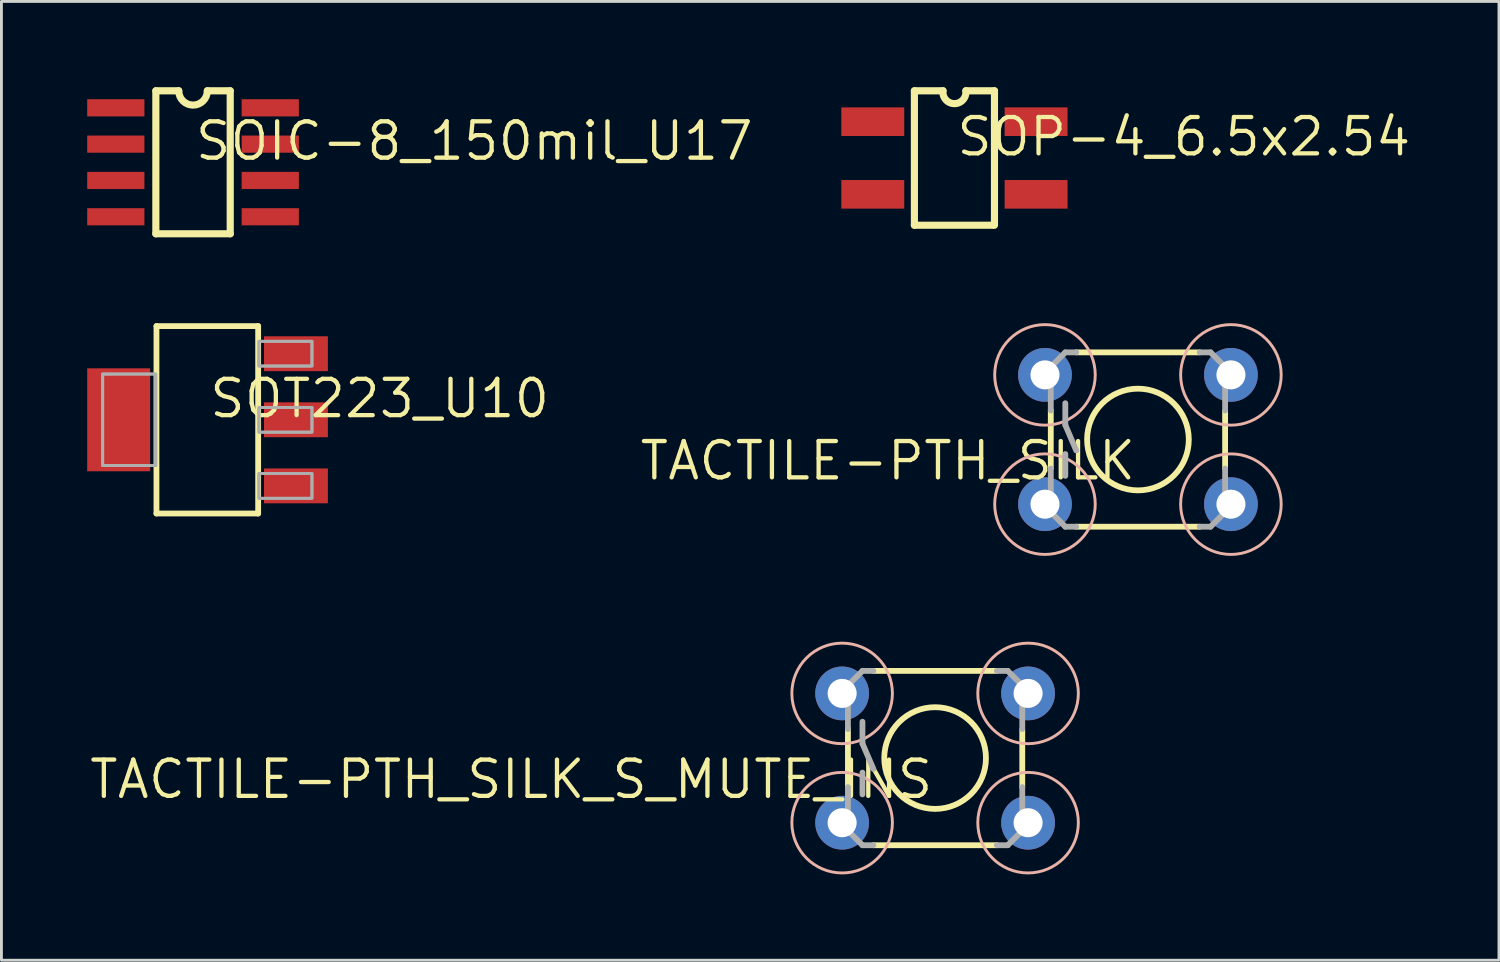
<source format=kicad_pcb>
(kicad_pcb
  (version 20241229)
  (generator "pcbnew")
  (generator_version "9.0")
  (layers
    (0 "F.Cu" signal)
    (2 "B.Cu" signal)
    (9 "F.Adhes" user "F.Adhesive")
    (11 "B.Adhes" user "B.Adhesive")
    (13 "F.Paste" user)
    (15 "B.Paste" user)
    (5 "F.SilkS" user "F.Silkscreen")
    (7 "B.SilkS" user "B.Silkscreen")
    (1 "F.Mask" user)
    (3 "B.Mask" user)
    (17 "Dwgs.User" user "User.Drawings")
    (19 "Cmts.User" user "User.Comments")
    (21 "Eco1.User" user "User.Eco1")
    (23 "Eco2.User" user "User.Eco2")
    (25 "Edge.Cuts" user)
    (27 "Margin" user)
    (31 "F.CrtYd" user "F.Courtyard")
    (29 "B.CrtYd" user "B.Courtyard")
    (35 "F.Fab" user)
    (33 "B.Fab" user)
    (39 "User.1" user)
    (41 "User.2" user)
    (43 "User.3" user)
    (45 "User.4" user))
  (footprint "SOP-4_6.5x2.54"
    (layer "F.Cu")
    (at 30.324 2.475)
    (property "Reference" "SOP-4_6.5x2.54" (at 0 0 0) (layer "F.SilkS") (effects (font (size 1.27 1.27) (thickness 0.15)) (justify left bottom)))
    (fp_line (start -1.4 -2.35) (end -1.4 2.35) (stroke (width 0.25) (type solid)) (layer "F.SilkS"))
    (fp_line (start -1.4 -2.35) (end -0.4 -2.35) (stroke (width 0.25) (type solid)) (layer "F.SilkS"))
    (fp_line (start -1.4 2.35) (end 1.35 2.35) (stroke (width 0.25) (type solid)) (layer "F.SilkS"))
    (fp_line (start 1.4 -2.35) (end 0.4 -2.35) (stroke (width 0.25) (type solid)) (layer "F.SilkS"))
    (fp_line (start 1.4 2.35) (end 1.4 -2.35) (stroke (width 0.25) (type solid)) (layer "F.SilkS"))
    (fp_arc (start 0.4 -2.35) (mid 0 -1.900467) (end -0.4 -2.35) (stroke (width 0.25) (type solid)) (layer "F.SilkS"))
    (pad "1" smd rect (at -2.855 -1.27 90) (size 1 2.2) (layers "F.Cu" "F.Mask" "F.Paste"))
    (pad "2" smd rect (at -2.855 1.27 90) (size 1 2.2) (layers "F.Cu" "F.Mask" "F.Paste"))
    (pad "3" smd rect (at 2.855 1.27 90) (size 1 2.2) (layers "F.Cu" "F.Mask" "F.Paste"))
    (pad "4" smd rect (at 2.855 -1.27 90) (size 1 2.2) (layers "F.Cu" "F.Mask" "F.Paste")))
  (footprint "SOT223_U10"
    (layer "F.Cu")
    (at 4.199 11.629)
    (property "Reference" "SOT223_U10" (at 0 0 0) (layer "F.SilkS") (effects (font (size 1.27 1.27) (thickness 0.15)) (justify left bottom)))
    (fp_line (start -1.778 -3.277) (end 1.778 -3.277) (stroke (width 0.203) (type solid)) (layer "F.SilkS"))
    (fp_line (start -1.778 3.277) (end -1.778 -3.277) (stroke (width 0.203) (type solid)) (layer "F.SilkS"))
    (fp_line (start 1.778 -3.277) (end 1.778 3.277) (stroke (width 0.203) (type solid)) (layer "F.SilkS"))
    (fp_line (start 1.778 3.277) (end -1.778 3.277) (stroke (width 0.203) (type solid)) (layer "F.SilkS"))
    (fp_poly (pts (xy -1.802 1.601) (xy -3.659 1.601) (xy -3.659 -1.601) (xy -1.802 -1.601)) (stroke (width 0.1) (type default)) (fill no) (layer "F.Fab"))
    (fp_poly (pts (xy -1.802 1.601) (xy -3.659 1.601) (xy -3.659 -1.601) (xy -1.802 -1.601)) (stroke (width 0.1) (type default)) (fill no) (layer "F.Fab"))
    (fp_poly (pts (xy 3.659 -1.879) (xy 1.803 -1.879) (xy 1.803 -2.745) (xy 3.659 -2.745)) (stroke (width 0.1) (type default)) (fill no) (layer "F.Fab"))
    (fp_poly (pts (xy 3.659 -1.879) (xy 1.803 -1.879) (xy 1.803 -2.745) (xy 3.659 -2.745)) (stroke (width 0.1) (type default)) (fill no) (layer "F.Fab"))
    (fp_poly (pts (xy 3.659 0.433) (xy 1.803 0.433) (xy 1.803 -0.433) (xy 3.659 -0.433)) (stroke (width 0.1) (type default)) (fill no) (layer "F.Fab"))
    (fp_poly (pts (xy 3.659 0.433) (xy 1.803 0.433) (xy 1.803 -0.433) (xy 3.659 -0.433)) (stroke (width 0.1) (type default)) (fill no) (layer "F.Fab"))
    (fp_poly (pts (xy 3.659 2.745) (xy 1.803 2.745) (xy 1.803 1.879) (xy 3.659 1.879)) (stroke (width 0.1) (type default)) (fill no) (layer "F.Fab"))
    (fp_poly (pts (xy 3.659 2.745) (xy 1.803 2.745) (xy 1.803 1.879) (xy 3.659 1.879)) (stroke (width 0.1) (type default)) (fill no) (layer "F.Fab"))
    (pad "1" smd rect (at 3.099 2.311 90) (size 1.219 2.235) (layers "F.Cu" "F.Mask" "F.Paste"))
    (pad "2" smd rect (at 3.099 0 90) (size 1.219 2.235) (layers "F.Cu" "F.Mask" "F.Paste"))
    (pad "3" smd rect (at 3.099 -2.311 90) (size 1.219 2.235) (layers "F.Cu" "F.Mask" "F.Paste"))
    (pad "TAB" smd rect (at -3.099 0 90) (size 3.6 2.2) (layers "F.Cu" "F.Mask" "F.Paste")))
  (footprint "TACTILE-PTH_SILK"
    (layer "F.Cu")
    (at 36.741 12.319)
    (property "Reference" "TACTILE-PTH_SILK" (at 0 0 0) (layer "F.SilkS") (effects (font (size 1.27 1.27) (thickness 0.15)) (justify right top)))
    (fp_line (start -3.048 -1.028) (end -3.048 1.016) (stroke (width 0.203) (type solid)) (layer "F.SilkS"))
    (fp_line (start -2.159 3.048) (end 2.159 3.048) (stroke (width 0.203) (type solid)) (layer "F.SilkS"))
    (fp_line (start 2.159 -3.048) (end -2.159 -3.048) (stroke (width 0.203) (type solid)) (layer "F.SilkS"))
    (fp_line (start 3.048 -0.998) (end 3.048 1.016) (stroke (width 0.203) (type solid)) (layer "F.SilkS"))
    (fp_circle (center 0 0) (end 1.778 0) (stroke (width 0.203) (type solid)) (fill no) (layer "F.SilkS"))
    (fp_circle (center -3.251 -2.26) (end -1.493 -2.26) (stroke (width 0.102) (type solid)) (fill no) (layer "B.SilkS"))
    (fp_circle (center -3.251 2.26) (end -1.493 2.26) (stroke (width 0.102) (type solid)) (fill no) (layer "B.SilkS"))
    (fp_circle (center 3.251 -2.26) (end 5.009 -2.26) (stroke (width 0.102) (type solid)) (fill no) (layer "B.SilkS"))
    (fp_circle (center 3.251 2.26) (end 5.009 2.26) (stroke (width 0.102) (type solid)) (fill no) (layer "B.SilkS"))
    (fp_line (start -3.048 -2.54) (end -3.048 -1.016) (stroke (width 0.203) (type solid)) (layer "F.Fab"))
    (fp_line (start -3.048 2.54) (end -3.048 1.016) (stroke (width 0.203) (type solid)) (layer "F.Fab"))
    (fp_line (start -2.54 -3.048) (end -3.048 -2.54) (stroke (width 0.203) (type solid)) (layer "F.Fab"))
    (fp_line (start -2.54 -3.048) (end -2.159 -3.048) (stroke (width 0.203) (type solid)) (layer "F.Fab"))
    (fp_line (start -2.54 -1.27) (end -2.54 -0.508) (stroke (width 0.203) (type solid)) (layer "F.Fab"))
    (fp_line (start -2.54 -0.508) (end -2.159 0.381) (stroke (width 0.203) (type solid)) (layer "F.Fab"))
    (fp_line (start -2.54 0.508) (end -2.54 1.27) (stroke (width 0.203) (type solid)) (layer "F.Fab"))
    (fp_line (start -2.54 3.048) (end -3.048 2.54) (stroke (width 0.203) (type solid)) (layer "F.Fab"))
    (fp_line (start -2.54 3.048) (end -2.159 3.048) (stroke (width 0.203) (type solid)) (layer "F.Fab"))
    (fp_line (start 2.54 -3.048) (end 2.159 -3.048) (stroke (width 0.203) (type solid)) (layer "F.Fab"))
    (fp_line (start 2.54 3.048) (end 2.159 3.048) (stroke (width 0.203) (type solid)) (layer "F.Fab"))
    (fp_line (start 2.54 3.048) (end 3.048 2.54) (stroke (width 0.203) (type solid)) (layer "F.Fab"))
    (fp_line (start 3.048 -2.54) (end 2.54 -3.048) (stroke (width 0.203) (type solid)) (layer "F.Fab"))
    (fp_line (start 3.048 -1.016) (end 3.048 -2.54) (stroke (width 0.203) (type solid)) (layer "F.Fab"))
    (fp_line (start 3.048 2.54) (end 3.048 1.016) (stroke (width 0.203) (type solid)) (layer "F.Fab"))
    (pad "1" thru_hole circle (at -3.251 -2.261 180) (size 1.88 1.88) (drill 1.016) (layers "*.Cu" "*.Mask"))
    (pad "2" thru_hole circle (at 3.251 -2.261 180) (size 1.88 1.88) (drill 1.016) (layers "*.Cu" "*.Mask"))
    (pad "3" thru_hole circle (at -3.251 2.261 180) (size 1.88 1.88) (drill 1.016) (layers "*.Cu" "*.Mask"))
    (pad "4" thru_hole circle (at 3.251 2.261 180) (size 1.88 1.88) (drill 1.016) (layers "*.Cu" "*.Mask")))
  (footprint "TACTILE-PTH_SILK_S_MUTE_INS"
    (layer "F.Cu")
    (at 29.648 23.457)
    (property "Reference" "TACTILE-PTH_SILK_S_MUTE_INS" (at 0 0 0) (layer "F.SilkS") (effects (font (size 1.27 1.27) (thickness 0.15)) (justify right top)))
    (fp_line (start -3.048 -1.028) (end -3.048 1.016) (stroke (width 0.203) (type solid)) (layer "F.SilkS"))
    (fp_line (start -2.159 3.048) (end 2.159 3.048) (stroke (width 0.203) (type solid)) (layer "F.SilkS"))
    (fp_line (start 2.159 -3.048) (end -2.159 -3.048) (stroke (width 0.203) (type solid)) (layer "F.SilkS"))
    (fp_line (start 3.048 -0.998) (end 3.048 1.016) (stroke (width 0.203) (type solid)) (layer "F.SilkS"))
    (fp_circle (center 0 0) (end 1.778 0) (stroke (width 0.203) (type solid)) (fill no) (layer "F.SilkS"))
    (fp_circle (center -3.251 -2.26) (end -1.493 -2.26) (stroke (width 0.102) (type solid)) (fill no) (layer "B.SilkS"))
    (fp_circle (center -3.251 2.26) (end -1.493 2.26) (stroke (width 0.102) (type solid)) (fill no) (layer "B.SilkS"))
    (fp_circle (center 3.251 -2.26) (end 5.009 -2.26) (stroke (width 0.102) (type solid)) (fill no) (layer "B.SilkS"))
    (fp_circle (center 3.251 2.26) (end 5.009 2.26) (stroke (width 0.102) (type solid)) (fill no) (layer "B.SilkS"))
    (fp_line (start -3.048 -2.54) (end -3.048 -1.016) (stroke (width 0.203) (type solid)) (layer "F.Fab"))
    (fp_line (start -3.048 2.54) (end -3.048 1.016) (stroke (width 0.203) (type solid)) (layer "F.Fab"))
    (fp_line (start -2.54 -3.048) (end -3.048 -2.54) (stroke (width 0.203) (type solid)) (layer "F.Fab"))
    (fp_line (start -2.54 -3.048) (end -2.159 -3.048) (stroke (width 0.203) (type solid)) (layer "F.Fab"))
    (fp_line (start -2.54 -1.27) (end -2.54 -0.508) (stroke (width 0.203) (type solid)) (layer "F.Fab"))
    (fp_line (start -2.54 -0.508) (end -2.159 0.381) (stroke (width 0.203) (type solid)) (layer "F.Fab"))
    (fp_line (start -2.54 0.508) (end -2.54 1.27) (stroke (width 0.203) (type solid)) (layer "F.Fab"))
    (fp_line (start -2.54 3.048) (end -3.048 2.54) (stroke (width 0.203) (type solid)) (layer "F.Fab"))
    (fp_line (start -2.54 3.048) (end -2.159 3.048) (stroke (width 0.203) (type solid)) (layer "F.Fab"))
    (fp_line (start 2.54 -3.048) (end 2.159 -3.048) (stroke (width 0.203) (type solid)) (layer "F.Fab"))
    (fp_line (start 2.54 3.048) (end 2.159 3.048) (stroke (width 0.203) (type solid)) (layer "F.Fab"))
    (fp_line (start 2.54 3.048) (end 3.048 2.54) (stroke (width 0.203) (type solid)) (layer "F.Fab"))
    (fp_line (start 3.048 -2.54) (end 2.54 -3.048) (stroke (width 0.203) (type solid)) (layer "F.Fab"))
    (fp_line (start 3.048 -1.016) (end 3.048 -2.54) (stroke (width 0.203) (type solid)) (layer "F.Fab"))
    (fp_line (start 3.048 2.54) (end 3.048 1.016) (stroke (width 0.203) (type solid)) (layer "F.Fab"))
    (pad "1" thru_hole circle (at -3.251 -2.261 180) (size 1.88 1.88) (drill 1.016) (layers "*.Cu" "*.Mask"))
    (pad "2" thru_hole circle (at 3.251 -2.261 180) (size 1.88 1.88) (drill 1.016) (layers "*.Cu" "*.Mask"))
    (pad "3" thru_hole circle (at -3.251 2.261 180) (size 1.88 1.88) (drill 1.016) (layers "*.Cu" "*.Mask"))
    (pad "4" thru_hole circle (at 3.251 2.261 180) (size 1.88 1.88) (drill 1.016) (layers "*.Cu" "*.Mask")))
  (footprint "SOIC-8_150mil_U17"
    (layer "F.Cu")
    (at 3.7 2.625)
    (property "Reference" "SOIC-8_150mil_U17" (at 0 0 0) (layer "F.SilkS") (effects (font (size 1.27 1.27) (thickness 0.15)) (justify left bottom)))
    (fp_line (start -1.3 -2.5) (end -1.3 2.5) (stroke (width 0.25) (type solid)) (layer "F.SilkS"))
    (fp_line (start -1.3 2.5) (end 1.3 2.5) (stroke (width 0.25) (type solid)) (layer "F.SilkS"))
    (fp_line (start -0.5 -2.5) (end -1.3 -2.5) (stroke (width 0.25) (type solid)) (layer "F.SilkS"))
    (fp_line (start 0.5 -2.5) (end 1.3 -2.5) (stroke (width 0.25) (type solid)) (layer "F.SilkS"))
    (fp_line (start 1.3 -2.5) (end 1.3 2.5) (stroke (width 0.25) (type solid)) (layer "F.SilkS"))
    (fp_arc (start 0.5 -2.499998) (mid -0.000001 -2.000229) (end -0.5 -2.5) (stroke (width 0.25) (type solid)) (layer "F.SilkS"))
    (pad "1" smd rect (at -2.7 -1.905 90) (size 0.6 2) (layers "F.Cu" "F.Mask" "F.Paste"))
    (pad "2" smd rect (at -2.7 -0.635 90) (size 0.6 2) (layers "F.Cu" "F.Mask" "F.Paste"))
    (pad "3" smd rect (at -2.7 0.635 90) (size 0.6 2) (layers "F.Cu" "F.Mask" "F.Paste"))
    (pad "4" smd rect (at -2.7 1.905 90) (size 0.6 2) (layers "F.Cu" "F.Mask" "F.Paste"))
    (pad "5" smd rect (at 2.7 1.905 90) (size 0.6 2) (layers "F.Cu" "F.Mask" "F.Paste"))
    (pad "6" smd rect (at 2.7 0.635 90) (size 0.6 2) (layers "F.Cu" "F.Mask" "F.Paste"))
    (pad "7" smd rect (at 2.7 -0.635 90) (size 0.6 2) (layers "F.Cu" "F.Mask" "F.Paste"))
    (pad "8" smd rect (at 2.7 -1.905 90) (size 0.6 2) (layers "F.Cu" "F.Mask" "F.Paste")))
  (gr_rect
    (start -3 -3)
    (end 49.365 30.526)
    (stroke (width 0.1) (type default))
    (fill no)
    (layer "Edge.Cuts")))
</source>
